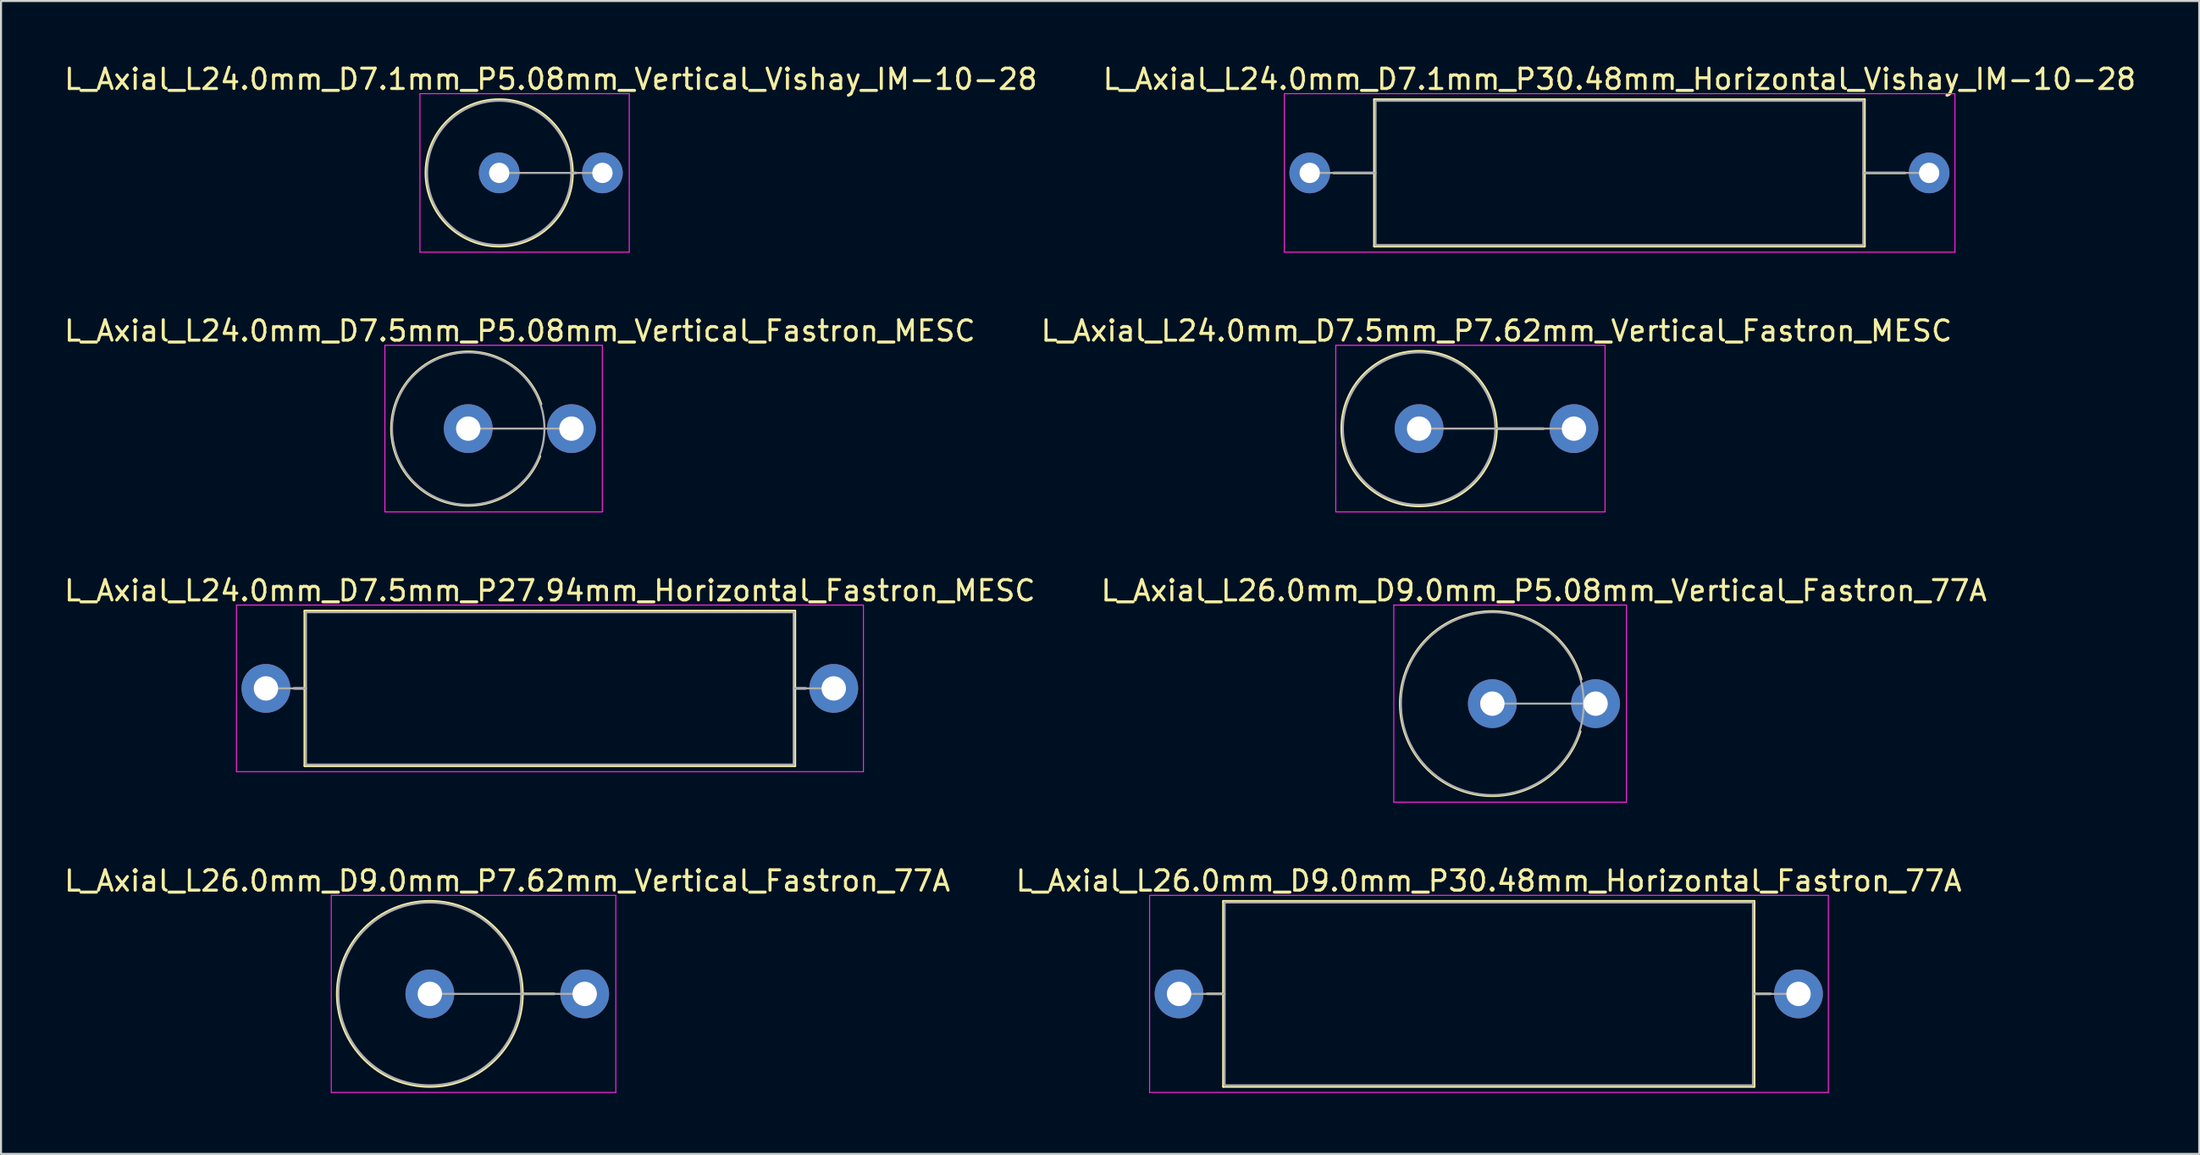
<source format=kicad_pcb>
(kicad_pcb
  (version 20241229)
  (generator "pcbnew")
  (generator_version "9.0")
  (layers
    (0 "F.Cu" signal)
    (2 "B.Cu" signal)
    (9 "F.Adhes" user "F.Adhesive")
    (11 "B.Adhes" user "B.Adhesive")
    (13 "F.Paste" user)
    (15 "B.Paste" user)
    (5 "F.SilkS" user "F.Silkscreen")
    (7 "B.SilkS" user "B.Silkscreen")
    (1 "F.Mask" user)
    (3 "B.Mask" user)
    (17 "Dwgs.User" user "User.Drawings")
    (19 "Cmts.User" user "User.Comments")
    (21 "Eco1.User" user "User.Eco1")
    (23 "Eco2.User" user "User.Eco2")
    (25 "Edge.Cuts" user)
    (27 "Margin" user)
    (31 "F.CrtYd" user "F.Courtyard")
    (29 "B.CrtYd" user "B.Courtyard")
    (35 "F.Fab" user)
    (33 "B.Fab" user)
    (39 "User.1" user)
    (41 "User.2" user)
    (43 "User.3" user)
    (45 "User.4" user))
  (footprint "L_Axial_L26.0mm_D9.0mm_P30.48mm_Horizontal_Fastron_77A"
    (layer "F.Cu")
    (at 54.968 45.858)
    (property "Reference" "L_Axial_L26.0mm_D9.0mm_P30.48mm_Horizontal_Fastron_77A" (at 15.24 -5.56 0) (layer "F.SilkS") (effects (font (size 1 1) (thickness 0.15))))
    (attr through_hole)
    (fp_line (start 1.38 0) (end 2.18 0) (stroke (width 0.12) (type solid)) (layer "F.SilkS"))
    (fp_line (start 2.18 -4.56) (end 2.18 4.56) (stroke (width 0.12) (type solid)) (layer "F.SilkS"))
    (fp_line (start 2.18 4.56) (end 28.3 4.56) (stroke (width 0.12) (type solid)) (layer "F.SilkS"))
    (fp_line (start 28.3 -4.56) (end 2.18 -4.56) (stroke (width 0.12) (type solid)) (layer "F.SilkS"))
    (fp_line (start 28.3 4.56) (end 28.3 -4.56) (stroke (width 0.12) (type solid)) (layer "F.SilkS"))
    (fp_line (start 29.1 0) (end 28.3 0) (stroke (width 0.12) (type solid)) (layer "F.SilkS"))
    (fp_line (start -1.45 -4.85) (end -1.45 4.85) (stroke (width 0.05) (type solid)) (layer "F.CrtYd"))
    (fp_line (start -1.45 4.85) (end 31.95 4.85) (stroke (width 0.05) (type solid)) (layer "F.CrtYd"))
    (fp_line (start 31.95 -4.85) (end -1.45 -4.85) (stroke (width 0.05) (type solid)) (layer "F.CrtYd"))
    (fp_line (start 31.95 4.85) (end 31.95 -4.85) (stroke (width 0.05) (type solid)) (layer "F.CrtYd"))
    (fp_line (start 0 0) (end 2.24 0) (stroke (width 0.1) (type solid)) (layer "F.Fab"))
    (fp_line (start 2.24 -4.5) (end 2.24 4.5) (stroke (width 0.1) (type solid)) (layer "F.Fab"))
    (fp_line (start 2.24 4.5) (end 28.24 4.5) (stroke (width 0.1) (type solid)) (layer "F.Fab"))
    (fp_line (start 28.24 -4.5) (end 2.24 -4.5) (stroke (width 0.1) (type solid)) (layer "F.Fab"))
    (fp_line (start 28.24 4.5) (end 28.24 -4.5) (stroke (width 0.1) (type solid)) (layer "F.Fab"))
    (fp_line (start 30.48 0) (end 28.24 0) (stroke (width 0.1) (type solid)) (layer "F.Fab"))
    (pad "1" thru_hole circle (at 0 0) (size 2.4 2.4) (drill 1.2) (layers "*.Cu" "*.Mask"))
    (pad "2" thru_hole oval (at 30.48 0) (size 2.4 2.4) (drill 1.2) (layers "*.Cu" "*.Mask")))
  (footprint "L_Axial_L24.0mm_D7.1mm_P5.08mm_Vertical_Vishay_IM-10-28"
    (layer "F.Cu")
    (at 21.514 5.458)
    (property "Reference" "L_Axial_L24.0mm_D7.1mm_P5.08mm_Vertical_Vishay_IM-10-28" (at 2.54 -4.61 0) (layer "F.SilkS") (effects (font (size 1 1) (thickness 0.15))))
    (attr through_hole)
    (fp_line (start 3.61 0) (end 3.78 0) (stroke (width 0.12) (type solid)) (layer "F.SilkS"))
    (fp_circle (center 0 0) (end 3.61 0) (stroke (width 0.12) (type solid)) (fill no) (layer "F.SilkS"))
    (fp_line (start -3.9 -3.9) (end -3.9 3.9) (stroke (width 0.05) (type solid)) (layer "F.CrtYd"))
    (fp_line (start -3.9 3.9) (end 6.4 3.9) (stroke (width 0.05) (type solid)) (layer "F.CrtYd"))
    (fp_line (start 6.4 -3.9) (end -3.9 -3.9) (stroke (width 0.05) (type solid)) (layer "F.CrtYd"))
    (fp_line (start 6.4 3.9) (end 6.4 -3.9) (stroke (width 0.05) (type solid)) (layer "F.CrtYd"))
    (fp_line (start 0 0) (end 5.08 0) (stroke (width 0.1) (type solid)) (layer "F.Fab"))
    (fp_circle (center 0 0) (end 3.55 0) (stroke (width 0.1) (type solid)) (fill no) (layer "F.Fab"))
    (pad "1" thru_hole circle (at 0 0) (size 2 2) (drill 1) (layers "*.Cu" "*.Mask"))
    (pad "2" thru_hole oval (at 5.08 0) (size 2 2) (drill 1) (layers "*.Cu" "*.Mask")))
  (footprint "L_Axial_L24.0mm_D7.5mm_P5.08mm_Vertical_Fastron_MESC"
    (layer "F.Cu")
    (at 19.99 18.041)
    (property "Reference" "L_Axial_L24.0mm_D7.5mm_P5.08mm_Vertical_Fastron_MESC" (at 2.54 -4.81 0) (layer "F.SilkS") (effects (font (size 1 1) (thickness 0.15))))
    (attr through_hole)
    (fp_arc (start 3.527175 1.360529) (mid -3.779514 -0.085308) (end 3.584969 -1.2) (stroke (width 0.12) (type solid)) (layer "F.SilkS"))
    (fp_line (start -4.1 -4.1) (end -4.1 4.1) (stroke (width 0.05) (type solid)) (layer "F.CrtYd"))
    (fp_line (start -4.1 4.1) (end 6.6 4.1) (stroke (width 0.05) (type solid)) (layer "F.CrtYd"))
    (fp_line (start 6.6 -4.1) (end -4.1 -4.1) (stroke (width 0.05) (type solid)) (layer "F.CrtYd"))
    (fp_line (start 6.6 4.1) (end 6.6 -4.1) (stroke (width 0.05) (type solid)) (layer "F.CrtYd"))
    (fp_line (start 0 0) (end 5.08 0) (stroke (width 0.1) (type solid)) (layer "F.Fab"))
    (fp_circle (center 0 0) (end 3.75 0) (stroke (width 0.1) (type solid)) (fill no) (layer "F.Fab"))
    (pad "1" thru_hole circle (at 0 0) (size 2.4 2.4) (drill 1.2) (layers "*.Cu" "*.Mask"))
    (pad "2" thru_hole oval (at 5.08 0) (size 2.4 2.4) (drill 1.2) (layers "*.Cu" "*.Mask")))
  (footprint "L_Axial_L24.0mm_D7.1mm_P30.48mm_Horizontal_Vishay_IM-10-28"
    (layer "F.Cu")
    (at 61.397 5.458)
    (property "Reference" "L_Axial_L24.0mm_D7.1mm_P30.48mm_Horizontal_Vishay_IM-10-28" (at 15.24 -4.61 0) (layer "F.SilkS") (effects (font (size 1 1) (thickness 0.15))))
    (attr through_hole)
    (fp_line (start 1.18 0) (end 3.18 0) (stroke (width 0.12) (type solid)) (layer "F.SilkS"))
    (fp_line (start 3.18 -3.61) (end 3.18 3.61) (stroke (width 0.12) (type solid)) (layer "F.SilkS"))
    (fp_line (start 3.18 3.61) (end 27.3 3.61) (stroke (width 0.12) (type solid)) (layer "F.SilkS"))
    (fp_line (start 27.3 -3.61) (end 3.18 -3.61) (stroke (width 0.12) (type solid)) (layer "F.SilkS"))
    (fp_line (start 27.3 3.61) (end 27.3 -3.61) (stroke (width 0.12) (type solid)) (layer "F.SilkS"))
    (fp_line (start 29.3 0) (end 27.3 0) (stroke (width 0.12) (type solid)) (layer "F.SilkS"))
    (fp_line (start -1.25 -3.9) (end -1.25 3.9) (stroke (width 0.05) (type solid)) (layer "F.CrtYd"))
    (fp_line (start -1.25 3.9) (end 31.75 3.9) (stroke (width 0.05) (type solid)) (layer "F.CrtYd"))
    (fp_line (start 31.75 -3.9) (end -1.25 -3.9) (stroke (width 0.05) (type solid)) (layer "F.CrtYd"))
    (fp_line (start 31.75 3.9) (end 31.75 -3.9) (stroke (width 0.05) (type solid)) (layer "F.CrtYd"))
    (fp_line (start 0 0) (end 3.24 0) (stroke (width 0.1) (type solid)) (layer "F.Fab"))
    (fp_line (start 3.24 -3.55) (end 3.24 3.55) (stroke (width 0.1) (type solid)) (layer "F.Fab"))
    (fp_line (start 3.24 3.55) (end 27.24 3.55) (stroke (width 0.1) (type solid)) (layer "F.Fab"))
    (fp_line (start 27.24 -3.55) (end 3.24 -3.55) (stroke (width 0.1) (type solid)) (layer "F.Fab"))
    (fp_line (start 27.24 3.55) (end 27.24 -3.55) (stroke (width 0.1) (type solid)) (layer "F.Fab"))
    (fp_line (start 30.48 0) (end 27.24 0) (stroke (width 0.1) (type solid)) (layer "F.Fab"))
    (pad "1" thru_hole circle (at 0 0) (size 2 2) (drill 1) (layers "*.Cu" "*.Mask"))
    (pad "2" thru_hole oval (at 30.48 0) (size 2 2) (drill 1) (layers "*.Cu" "*.Mask")))
  (footprint "L_Axial_L24.0mm_D7.5mm_P27.94mm_Horizontal_Fastron_MESC"
    (layer "F.Cu")
    (at 10.036 30.825)
    (property "Reference" "L_Axial_L24.0mm_D7.5mm_P27.94mm_Horizontal_Fastron_MESC" (at 13.97 -4.81 0) (layer "F.SilkS") (effects (font (size 1 1) (thickness 0.15))))
    (attr through_hole)
    (fp_line (start 1.38 0) (end 1.91 0) (stroke (width 0.12) (type solid)) (layer "F.SilkS"))
    (fp_line (start 1.91 -3.81) (end 1.91 3.81) (stroke (width 0.12) (type solid)) (layer "F.SilkS"))
    (fp_line (start 1.91 3.81) (end 26.03 3.81) (stroke (width 0.12) (type solid)) (layer "F.SilkS"))
    (fp_line (start 26.03 -3.81) (end 1.91 -3.81) (stroke (width 0.12) (type solid)) (layer "F.SilkS"))
    (fp_line (start 26.03 3.81) (end 26.03 -3.81) (stroke (width 0.12) (type solid)) (layer "F.SilkS"))
    (fp_line (start 26.56 0) (end 26.03 0) (stroke (width 0.12) (type solid)) (layer "F.SilkS"))
    (fp_line (start -1.45 -4.1) (end -1.45 4.1) (stroke (width 0.05) (type solid)) (layer "F.CrtYd"))
    (fp_line (start -1.45 4.1) (end 29.4 4.1) (stroke (width 0.05) (type solid)) (layer "F.CrtYd"))
    (fp_line (start 29.4 -4.1) (end -1.45 -4.1) (stroke (width 0.05) (type solid)) (layer "F.CrtYd"))
    (fp_line (start 29.4 4.1) (end 29.4 -4.1) (stroke (width 0.05) (type solid)) (layer "F.CrtYd"))
    (fp_line (start 0 0) (end 1.97 0) (stroke (width 0.1) (type solid)) (layer "F.Fab"))
    (fp_line (start 1.97 -3.75) (end 1.97 3.75) (stroke (width 0.1) (type solid)) (layer "F.Fab"))
    (fp_line (start 1.97 3.75) (end 25.97 3.75) (stroke (width 0.1) (type solid)) (layer "F.Fab"))
    (fp_line (start 25.97 -3.75) (end 1.97 -3.75) (stroke (width 0.1) (type solid)) (layer "F.Fab"))
    (fp_line (start 25.97 3.75) (end 25.97 -3.75) (stroke (width 0.1) (type solid)) (layer "F.Fab"))
    (fp_line (start 27.94 0) (end 25.97 0) (stroke (width 0.1) (type solid)) (layer "F.Fab"))
    (pad "1" thru_hole circle (at 0 0) (size 2.4 2.4) (drill 1.2) (layers "*.Cu" "*.Mask"))
    (pad "2" thru_hole oval (at 27.94 0) (size 2.4 2.4) (drill 1.2) (layers "*.Cu" "*.Mask")))
  (footprint "L_Axial_L26.0mm_D9.0mm_P5.08mm_Vertical_Fastron_77A"
    (layer "F.Cu")
    (at 70.383 31.575)
    (property "Reference" "L_Axial_L26.0mm_D9.0mm_P5.08mm_Vertical_Fastron_77A" (at 2.54 -5.56 0) (layer "F.SilkS") (effects (font (size 1 1) (thickness 0.15))))
    (attr through_hole)
    (fp_arc (start 4.324078 1.368153) (mid -4.534513 -0.087665) (end 4.373728 -1.2) (stroke (width 0.12) (type solid)) (layer "F.SilkS"))
    (fp_line (start -4.85 -4.85) (end -4.85 4.85) (stroke (width 0.05) (type solid)) (layer "F.CrtYd"))
    (fp_line (start -4.85 4.85) (end 6.6 4.85) (stroke (width 0.05) (type solid)) (layer "F.CrtYd"))
    (fp_line (start 6.6 -4.85) (end -4.85 -4.85) (stroke (width 0.05) (type solid)) (layer "F.CrtYd"))
    (fp_line (start 6.6 4.85) (end 6.6 -4.85) (stroke (width 0.05) (type solid)) (layer "F.CrtYd"))
    (fp_line (start 0 0) (end 5.08 0) (stroke (width 0.1) (type solid)) (layer "F.Fab"))
    (fp_circle (center 0 0) (end 4.5 0) (stroke (width 0.1) (type solid)) (fill no) (layer "F.Fab"))
    (pad "1" thru_hole circle (at 0 0) (size 2.4 2.4) (drill 1.2) (layers "*.Cu" "*.Mask"))
    (pad "2" thru_hole oval (at 5.08 0) (size 2.4 2.4) (drill 1.2) (layers "*.Cu" "*.Mask")))
  (footprint "L_Axial_L24.0mm_D7.5mm_P7.62mm_Vertical_Fastron_MESC"
    (layer "F.Cu")
    (at 66.779 18.041)
    (property "Reference" "L_Axial_L24.0mm_D7.5mm_P7.62mm_Vertical_Fastron_MESC" (at 3.81 -4.81 0) (layer "F.SilkS") (effects (font (size 1 1) (thickness 0.15))))
    (attr through_hole)
    (fp_line (start 3.81 0) (end 6.12 0) (stroke (width 0.12) (type solid)) (layer "F.SilkS"))
    (fp_circle (center 0 0) (end 3.81 0) (stroke (width 0.12) (type solid)) (fill no) (layer "F.SilkS"))
    (fp_line (start -4.1 -4.1) (end -4.1 4.1) (stroke (width 0.05) (type solid)) (layer "F.CrtYd"))
    (fp_line (start -4.1 4.1) (end 9.15 4.1) (stroke (width 0.05) (type solid)) (layer "F.CrtYd"))
    (fp_line (start 9.15 -4.1) (end -4.1 -4.1) (stroke (width 0.05) (type solid)) (layer "F.CrtYd"))
    (fp_line (start 9.15 4.1) (end 9.15 -4.1) (stroke (width 0.05) (type solid)) (layer "F.CrtYd"))
    (fp_line (start 0 0) (end 7.62 0) (stroke (width 0.1) (type solid)) (layer "F.Fab"))
    (fp_circle (center 0 0) (end 3.75 0) (stroke (width 0.1) (type solid)) (fill no) (layer "F.Fab"))
    (pad "1" thru_hole circle (at 0 0) (size 2.4 2.4) (drill 1.2) (layers "*.Cu" "*.Mask"))
    (pad "2" thru_hole oval (at 7.62 0) (size 2.4 2.4) (drill 1.2) (layers "*.Cu" "*.Mask")))
  (footprint "L_Axial_L26.0mm_D9.0mm_P7.62mm_Vertical_Fastron_77A"
    (layer "F.Cu")
    (at 18.101 45.858)
    (property "Reference" "L_Axial_L26.0mm_D9.0mm_P7.62mm_Vertical_Fastron_77A" (at 3.81 -5.56 0) (layer "F.SilkS") (effects (font (size 1 1) (thickness 0.15))))
    (attr through_hole)
    (fp_line (start 4.56 0) (end 6.12 0) (stroke (width 0.12) (type solid)) (layer "F.SilkS"))
    (fp_circle (center 0 0) (end 4.56 0) (stroke (width 0.12) (type solid)) (fill no) (layer "F.SilkS"))
    (fp_line (start -4.85 -4.85) (end -4.85 4.85) (stroke (width 0.05) (type solid)) (layer "F.CrtYd"))
    (fp_line (start -4.85 4.85) (end 9.15 4.85) (stroke (width 0.05) (type solid)) (layer "F.CrtYd"))
    (fp_line (start 9.15 -4.85) (end -4.85 -4.85) (stroke (width 0.05) (type solid)) (layer "F.CrtYd"))
    (fp_line (start 9.15 4.85) (end 9.15 -4.85) (stroke (width 0.05) (type solid)) (layer "F.CrtYd"))
    (fp_line (start 0 0) (end 7.62 0) (stroke (width 0.1) (type solid)) (layer "F.Fab"))
    (fp_circle (center 0 0) (end 4.5 0) (stroke (width 0.1) (type solid)) (fill no) (layer "F.Fab"))
    (pad "1" thru_hole circle (at 0 0) (size 2.4 2.4) (drill 1.2) (layers "*.Cu" "*.Mask"))
    (pad "2" thru_hole oval (at 7.62 0) (size 2.4 2.4) (drill 1.2) (layers "*.Cu" "*.Mask")))
  (gr_rect
    (start -3 -3)
    (end 105.167 53.733)
    (stroke (width 0.1) (type default))
    (fill no)
    (layer "Edge.Cuts")))
</source>
